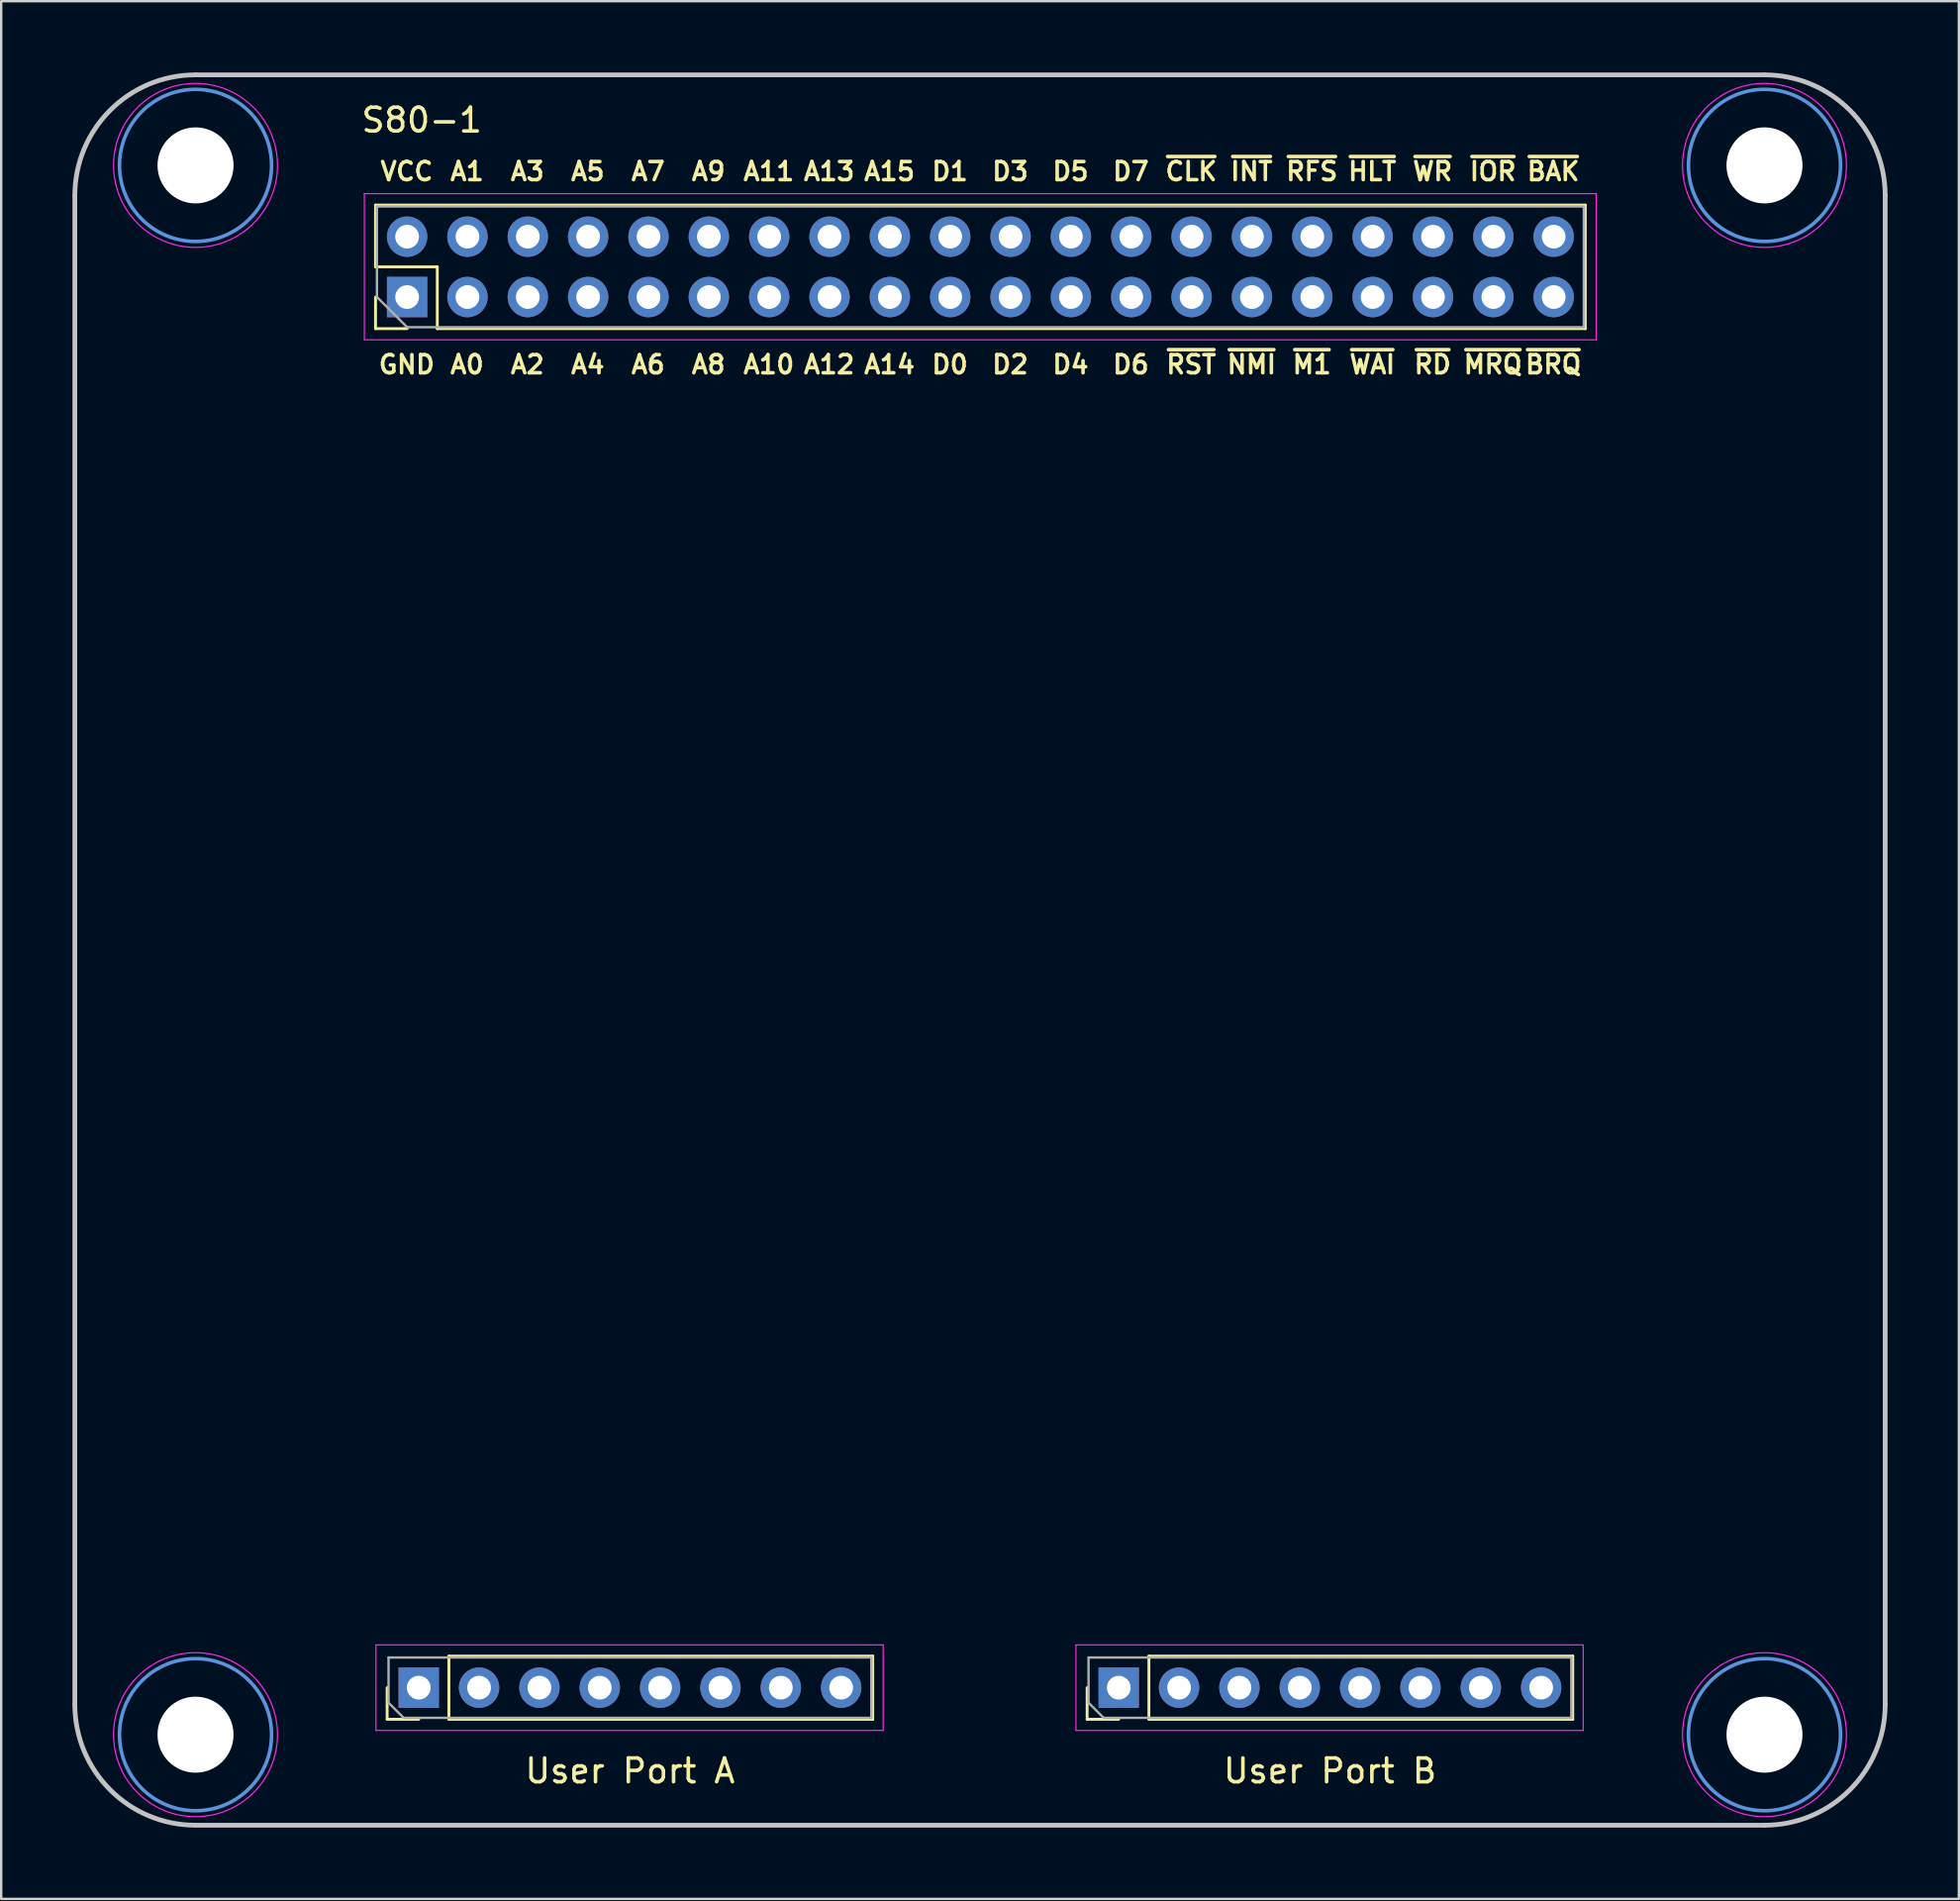
<source format=kicad_pcb>
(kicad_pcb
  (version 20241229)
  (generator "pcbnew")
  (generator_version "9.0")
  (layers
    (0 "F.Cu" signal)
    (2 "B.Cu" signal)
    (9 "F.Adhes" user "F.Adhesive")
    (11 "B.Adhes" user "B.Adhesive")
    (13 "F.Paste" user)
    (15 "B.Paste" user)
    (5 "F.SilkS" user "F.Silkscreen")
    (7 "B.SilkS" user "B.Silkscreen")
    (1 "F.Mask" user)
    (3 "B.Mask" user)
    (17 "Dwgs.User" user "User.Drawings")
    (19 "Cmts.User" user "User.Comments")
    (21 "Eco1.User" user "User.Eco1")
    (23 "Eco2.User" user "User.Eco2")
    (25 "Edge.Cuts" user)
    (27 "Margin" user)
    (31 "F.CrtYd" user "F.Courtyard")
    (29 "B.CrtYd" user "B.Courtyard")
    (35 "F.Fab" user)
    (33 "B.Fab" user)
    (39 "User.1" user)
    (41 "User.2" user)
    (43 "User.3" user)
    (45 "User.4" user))
  (footprint "S80-1"
    (layer "F.Cu")
    (at 38.2 36.93)
    (property "Reference" "S80-1" (at -23.495 -34.925 0) (layer "F.SilkS") (effects (font (size 1 1) (thickness 0.15))))
    (attr through_hole)
    (fp_line (start -25.444 -31.35) (end 25.476 -31.35) (stroke (width 0.12) (type solid)) (layer "F.SilkS"))
    (fp_line (start -25.444 -28.75) (end -25.444 -31.35) (stroke (width 0.12) (type solid)) (layer "F.SilkS"))
    (fp_line (start -25.444 -26.15) (end -25.444 -27.48) (stroke (width 0.12) (type solid)) (layer "F.SilkS"))
    (fp_line (start -24.955 32.372) (end -24.955 31.042) (stroke (width 0.12) (type solid)) (layer "F.SilkS"))
    (fp_line (start -24.114 -26.15) (end -25.444 -26.15) (stroke (width 0.12) (type solid)) (layer "F.SilkS"))
    (fp_line (start -23.625 32.372) (end -24.955 32.372) (stroke (width 0.12) (type solid)) (layer "F.SilkS"))
    (fp_line (start -22.844 -28.75) (end -25.444 -28.75) (stroke (width 0.12) (type solid)) (layer "F.SilkS"))
    (fp_line (start -22.844 -26.15) (end -22.844 -28.75) (stroke (width 0.12) (type solid)) (layer "F.SilkS"))
    (fp_line (start -22.844 -26.15) (end 25.476 -26.15) (stroke (width 0.12) (type solid)) (layer "F.SilkS"))
    (fp_line (start -22.355 29.712) (end -4.515 29.712) (stroke (width 0.12) (type solid)) (layer "F.SilkS"))
    (fp_line (start -22.355 32.372) (end -22.355 29.712) (stroke (width 0.12) (type solid)) (layer "F.SilkS"))
    (fp_line (start -22.355 32.372) (end -4.515 32.372) (stroke (width 0.12) (type solid)) (layer "F.SilkS"))
    (fp_line (start -4.515 32.372) (end -4.515 29.712) (stroke (width 0.12) (type solid)) (layer "F.SilkS"))
    (fp_line (start 4.509 32.372) (end 4.509 31.042) (stroke (width 0.12) (type solid)) (layer "F.SilkS"))
    (fp_line (start 5.839 32.372) (end 4.509 32.372) (stroke (width 0.12) (type solid)) (layer "F.SilkS"))
    (fp_line (start 7.109 29.712) (end 24.949 29.712) (stroke (width 0.12) (type solid)) (layer "F.SilkS"))
    (fp_line (start 7.109 32.372) (end 7.109 29.712) (stroke (width 0.12) (type solid)) (layer "F.SilkS"))
    (fp_line (start 7.109 32.372) (end 24.949 32.372) (stroke (width 0.12) (type solid)) (layer "F.SilkS"))
    (fp_line (start 24.949 32.372) (end 24.949 29.712) (stroke (width 0.12) (type solid)) (layer "F.SilkS"))
    (fp_line (start 25.476 -26.15) (end 25.476 -31.35) (stroke (width 0.12) (type solid)) (layer "F.SilkS"))
    (fp_line (start -38.1 -31.75) (end -38.1 31.75) (stroke (width 0.2) (type solid)) (layer "Dwgs.User"))
    (fp_line (start -33.02 -36.83) (end 33.02 -36.83) (stroke (width 0.2) (type solid)) (layer "Dwgs.User"))
    (fp_line (start -33.02 36.83) (end 33.02 36.83) (stroke (width 0.2) (type solid)) (layer "Dwgs.User"))
    (fp_line (start 38.1 -31.75) (end 38.1 31.75) (stroke (width 0.2) (type solid)) (layer "Dwgs.User"))
    (fp_arc (start -38.1 -31.75) (mid -36.612102 -35.342102) (end -33.02 -36.83) (stroke (width 0.2) (type solid)) (layer "Dwgs.User"))
    (fp_arc (start -33.02 36.83) (mid -36.612102 35.342102) (end -38.1 31.75) (stroke (width 0.2) (type solid)) (layer "Dwgs.User"))
    (fp_arc (start 33.02 -36.83) (mid 36.612102 -35.342102) (end 38.1 -31.75) (stroke (width 0.2) (type solid)) (layer "Dwgs.User"))
    (fp_arc (start 38.1 31.75) (mid 36.612102 35.342102) (end 33.02 36.83) (stroke (width 0.2) (type solid)) (layer "Dwgs.User"))
    (fp_circle (center -33.02 -33.02) (end -29.82 -33.02) (stroke (width 0.15) (type solid)) (fill no) (layer "Cmts.User"))
    (fp_circle (center -33.02 33.02) (end -29.82 33.02) (stroke (width 0.15) (type solid)) (fill no) (layer "Cmts.User"))
    (fp_circle (center 33.02 -33.02) (end 36.22 -33.02) (stroke (width 0.15) (type solid)) (fill no) (layer "Cmts.User"))
    (fp_circle (center 33.02 33.02) (end 36.22 33.02) (stroke (width 0.15) (type solid)) (fill no) (layer "Cmts.User"))
    (fp_line (start -25.914 -31.83) (end -25.914 -25.68) (stroke (width 0.05) (type solid)) (layer "F.CrtYd"))
    (fp_line (start -25.914 -25.68) (end 25.936 -25.68) (stroke (width 0.05) (type solid)) (layer "F.CrtYd"))
    (fp_line (start -25.425 29.242) (end -25.425 32.842) (stroke (width 0.05) (type solid)) (layer "F.CrtYd"))
    (fp_line (start -25.425 32.842) (end -4.075 32.842) (stroke (width 0.05) (type solid)) (layer "F.CrtYd"))
    (fp_line (start -4.075 29.242) (end -25.425 29.242) (stroke (width 0.05) (type solid)) (layer "F.CrtYd"))
    (fp_line (start -4.075 32.842) (end -4.075 29.242) (stroke (width 0.05) (type solid)) (layer "F.CrtYd"))
    (fp_line (start 4.039 29.242) (end 4.039 32.842) (stroke (width 0.05) (type solid)) (layer "F.CrtYd"))
    (fp_line (start 4.039 32.842) (end 25.389 32.842) (stroke (width 0.05) (type solid)) (layer "F.CrtYd"))
    (fp_line (start 25.389 29.242) (end 4.039 29.242) (stroke (width 0.05) (type solid)) (layer "F.CrtYd"))
    (fp_line (start 25.389 32.842) (end 25.389 29.242) (stroke (width 0.05) (type solid)) (layer "F.CrtYd"))
    (fp_line (start 25.936 -31.83) (end -25.914 -31.83) (stroke (width 0.05) (type solid)) (layer "F.CrtYd"))
    (fp_line (start 25.936 -25.68) (end 25.936 -31.83) (stroke (width 0.05) (type solid)) (layer "F.CrtYd"))
    (fp_circle (center -33.02 -33.02) (end -29.57 -33.02) (stroke (width 0.05) (type solid)) (fill no) (layer "F.CrtYd"))
    (fp_circle (center -33.02 33.02) (end -29.57 33.02) (stroke (width 0.05) (type solid)) (fill no) (layer "F.CrtYd"))
    (fp_circle (center 33.02 -33.02) (end 36.47 -33.02) (stroke (width 0.05) (type solid)) (fill no) (layer "F.CrtYd"))
    (fp_circle (center 33.02 33.02) (end 36.47 33.02) (stroke (width 0.05) (type solid)) (fill no) (layer "F.CrtYd"))
    (fp_line (start -25.384 -31.29) (end 25.416 -31.29) (stroke (width 0.1) (type solid)) (layer "F.Fab"))
    (fp_line (start -25.384 -27.48) (end -25.384 -31.29) (stroke (width 0.1) (type solid)) (layer "F.Fab"))
    (fp_line (start -24.895 29.772) (end -4.575 29.772) (stroke (width 0.1) (type solid)) (layer "F.Fab"))
    (fp_line (start -24.895 31.677) (end -24.895 29.772) (stroke (width 0.1) (type solid)) (layer "F.Fab"))
    (fp_line (start -24.26 32.312) (end -24.895 31.677) (stroke (width 0.1) (type solid)) (layer "F.Fab"))
    (fp_line (start -24.114 -26.21) (end -25.384 -27.48) (stroke (width 0.1) (type solid)) (layer "F.Fab"))
    (fp_line (start -4.575 29.772) (end -4.575 32.312) (stroke (width 0.1) (type solid)) (layer "F.Fab"))
    (fp_line (start -4.575 32.312) (end -24.26 32.312) (stroke (width 0.1) (type solid)) (layer "F.Fab"))
    (fp_line (start 4.569 29.772) (end 24.889 29.772) (stroke (width 0.1) (type solid)) (layer "F.Fab"))
    (fp_line (start 4.569 31.677) (end 4.569 29.772) (stroke (width 0.1) (type solid)) (layer "F.Fab"))
    (fp_line (start 5.204 32.312) (end 4.569 31.677) (stroke (width 0.1) (type solid)) (layer "F.Fab"))
    (fp_line (start 24.889 29.772) (end 24.889 32.312) (stroke (width 0.1) (type solid)) (layer "F.Fab"))
    (fp_line (start 24.889 32.312) (end 5.204 32.312) (stroke (width 0.1) (type solid)) (layer "F.Fab"))
    (fp_line (start 25.416 -31.29) (end 25.416 -26.21) (stroke (width 0.1) (type solid)) (layer "F.Fab"))
    (fp_line (start 25.416 -26.21) (end -24.114 -26.21) (stroke (width 0.1) (type solid)) (layer "F.Fab"))
    (fp_text user "~{NMI}" (at 11.43 -24.638 0) (layer "F.SilkS") (effects (font (size 0.762 0.762) (thickness 0.15))))
    (fp_text user "~{RFS}" (at 13.97 -32.766 0) (layer "F.SilkS") (effects (font (size 0.762 0.762) (thickness 0.15))))
    (fp_text user "A10" (at -8.89 -24.638 0) (layer "F.SilkS") (effects (font (size 0.762 0.762) (thickness 0.15))))
    (fp_text user "D7" (at 6.35 -32.766 0) (layer "F.SilkS") (effects (font (size 0.762 0.762) (thickness 0.15))))
    (fp_text user "A14" (at -3.81 -24.638 0) (layer "F.SilkS") (effects (font (size 0.762 0.762) (thickness 0.15))))
    (fp_text user "~{RST}" (at 8.89 -24.638 0) (layer "F.SilkS") (effects (font (size 0.762 0.762) (thickness 0.15))))
    (fp_text user "A5" (at -16.51 -32.766 0) (layer "F.SilkS") (effects (font (size 0.762 0.762) (thickness 0.15))))
    (fp_text user "D2" (at 1.27 -24.638 0) (layer "F.SilkS") (effects (font (size 0.762 0.762) (thickness 0.15))))
    (fp_text user "A8" (at -11.43 -24.638 0) (layer "F.SilkS") (effects (font (size 0.762 0.762) (thickness 0.15))))
    (fp_text user "A2" (at -19.05 -24.638 0) (layer "F.SilkS") (effects (font (size 0.762 0.762) (thickness 0.15))))
    (fp_text user "A15" (at -3.81 -32.766 0) (layer "F.SilkS") (effects (font (size 0.762 0.762) (thickness 0.15))))
    (fp_text user "A4" (at -16.51 -24.638 0) (layer "F.SilkS") (effects (font (size 0.762 0.762) (thickness 0.15))))
    (fp_text user "~{MRQ}" (at 21.59 -24.638 0) (layer "F.SilkS") (effects (font (size 0.762 0.762) (thickness 0.15))))
    (fp_text user "A7" (at -13.97 -32.766 0) (layer "F.SilkS") (effects (font (size 0.762 0.762) (thickness 0.15))))
    (fp_text user "User Port A" (at -14.732 34.544 0) (layer "F.SilkS") (effects (font (size 1 1) (thickness 0.15))))
    (fp_text user "A6" (at -13.97 -24.638 0) (layer "F.SilkS") (effects (font (size 0.762 0.762) (thickness 0.15))))
    (fp_text user "D5" (at 3.81 -32.766 0) (layer "F.SilkS") (effects (font (size 0.762 0.762) (thickness 0.15))))
    (fp_text user "~{WAI}" (at 16.51 -24.638 0) (layer "F.SilkS") (effects (font (size 0.762 0.762) (thickness 0.15))))
    (fp_text user "A3" (at -19.05 -32.766 0) (layer "F.SilkS") (effects (font (size 0.762 0.762) (thickness 0.15))))
    (fp_text user "A12" (at -6.35 -24.638 0) (layer "F.SilkS") (effects (font (size 0.762 0.762) (thickness 0.15))))
    (fp_text user "~{M1}" (at 13.97 -24.638 0) (layer "F.SilkS") (effects (font (size 0.762 0.762) (thickness 0.15))))
    (fp_text user "~{INT}" (at 11.43 -32.766 0) (layer "F.SilkS") (effects (font (size 0.762 0.762) (thickness 0.15))))
    (fp_text user "~{WR}" (at 19.05 -32.766 0) (layer "F.SilkS") (effects (font (size 0.762 0.762) (thickness 0.15))))
    (fp_text user "~{RD}" (at 19.05 -24.638 0) (layer "F.SilkS") (effects (font (size 0.762 0.762) (thickness 0.15))))
    (fp_text user "A9" (at -11.43 -32.766 0) (layer "F.SilkS") (effects (font (size 0.762 0.762) (thickness 0.15))))
    (fp_text user "D1" (at -1.27 -32.766 0) (layer "F.SilkS") (effects (font (size 0.762 0.762) (thickness 0.15))))
    (fp_text user "~{IOR}" (at 21.59 -32.766 0) (layer "F.SilkS") (effects (font (size 0.762 0.762) (thickness 0.15))))
    (fp_text user "D0" (at -1.27 -24.638 0) (layer "F.SilkS") (effects (font (size 0.762 0.762) (thickness 0.15))))
    (fp_text user "~{BAK}" (at 24.13 -32.766 0) (layer "F.SilkS") (effects (font (size 0.762 0.762) (thickness 0.15))))
    (fp_text user "D3" (at 1.27 -32.766 0) (layer "F.SilkS") (effects (font (size 0.762 0.762) (thickness 0.15))))
    (fp_text user "A0" (at -21.59 -24.638 0) (layer "F.SilkS") (effects (font (size 0.762 0.762) (thickness 0.15))))
    (fp_text user "D6" (at 6.35 -24.638 0) (layer "F.SilkS") (effects (font (size 0.762 0.762) (thickness 0.15))))
    (fp_text user "D4" (at 3.81 -24.638 0) (layer "F.SilkS") (effects (font (size 0.762 0.762) (thickness 0.15))))
    (fp_text user "~{HLT}" (at 16.51 -32.766 0) (layer "F.SilkS") (effects (font (size 0.762 0.762) (thickness 0.15))))
    (fp_text user "A11" (at -8.89 -32.766 0) (layer "F.SilkS") (effects (font (size 0.762 0.762) (thickness 0.15))))
    (fp_text user "~{CLK}" (at 8.89 -32.766 0) (layer "F.SilkS") (effects (font (size 0.762 0.762) (thickness 0.15))))
    (fp_text user "A13" (at -6.35 -32.766 0) (layer "F.SilkS") (effects (font (size 0.762 0.762) (thickness 0.15))))
    (fp_text user "~{BRQ}" (at 24.13 -24.638 0) (layer "F.SilkS") (effects (font (size 0.762 0.762) (thickness 0.15))))
    (fp_text user "A1" (at -21.59 -32.766 0) (layer "F.SilkS") (effects (font (size 0.762 0.762) (thickness 0.15))))
    (fp_text user "VCC" (at -24.13 -32.766 0) (layer "F.SilkS") (effects (font (size 0.762 0.762) (thickness 0.15))))
    (fp_text user "GND" (at -24.13 -24.638 0) (layer "F.SilkS") (effects (font (size 0.762 0.762) (thickness 0.15))))
    (fp_text user "User Port B" (at 14.732 34.544 0) (layer "F.SilkS") (effects (font (size 1 1) (thickness 0.15))))
    (pad "" np_thru_hole circle (at -33.02 -33.02) (size 3.2 3.2) (drill 3.2) (layers "*.Cu" "*.Mask"))
    (pad "" np_thru_hole circle (at -33.02 33.02) (size 3.2 3.2) (drill 3.2) (layers "*.Cu" "*.Mask"))
    (pad "" np_thru_hole circle (at 33.02 -33.02) (size 3.2 3.2) (drill 3.2) (layers "*.Cu" "*.Mask"))
    (pad "" np_thru_hole circle (at 33.02 33.02) (size 3.2 3.2) (drill 3.2) (layers "*.Cu" "*.Mask"))
    (pad "1" thru_hole rect (at -24.114 -27.48 90) (size 1.7 1.7) (drill 1) (layers "*.Cu" "*.Mask"))
    (pad "2" thru_hole oval (at -24.114 -30.02 90) (size 1.7 1.7) (drill 1) (layers "*.Cu" "*.Mask"))
    (pad "3" thru_hole oval (at -21.574 -27.48 90) (size 1.7 1.7) (drill 1) (layers "*.Cu" "*.Mask"))
    (pad "4" thru_hole oval (at -21.574 -30.02 90) (size 1.7 1.7) (drill 1) (layers "*.Cu" "*.Mask"))
    (pad "5" thru_hole oval (at -19.034 -27.48 90) (size 1.7 1.7) (drill 1) (layers "*.Cu" "*.Mask"))
    (pad "6" thru_hole oval (at -19.034 -30.02 90) (size 1.7 1.7) (drill 1) (layers "*.Cu" "*.Mask"))
    (pad "7" thru_hole oval (at -16.494 -27.48 90) (size 1.7 1.7) (drill 1) (layers "*.Cu" "*.Mask"))
    (pad "8" thru_hole oval (at -16.494 -30.02 90) (size 1.7 1.7) (drill 1) (layers "*.Cu" "*.Mask"))
    (pad "9" thru_hole oval (at -13.954 -27.48 90) (size 1.7 1.7) (drill 1) (layers "*.Cu" "*.Mask"))
    (pad "10" thru_hole oval (at -13.954 -30.02 90) (size 1.7 1.7) (drill 1) (layers "*.Cu" "*.Mask"))
    (pad "11" thru_hole oval (at -11.414 -27.48 90) (size 1.7 1.7) (drill 1) (layers "*.Cu" "*.Mask"))
    (pad "12" thru_hole oval (at -11.414 -30.02 90) (size 1.7 1.7) (drill 1) (layers "*.Cu" "*.Mask"))
    (pad "13" thru_hole oval (at -8.874 -27.48 90) (size 1.7 1.7) (drill 1) (layers "*.Cu" "*.Mask"))
    (pad "14" thru_hole oval (at -8.874 -30.02 90) (size 1.7 1.7) (drill 1) (layers "*.Cu" "*.Mask"))
    (pad "15" thru_hole oval (at -6.334 -27.48 90) (size 1.7 1.7) (drill 1) (layers "*.Cu" "*.Mask"))
    (pad "16" thru_hole oval (at -6.334 -30.02 90) (size 1.7 1.7) (drill 1) (layers "*.Cu" "*.Mask"))
    (pad "17" thru_hole oval (at -3.794 -27.48 90) (size 1.7 1.7) (drill 1) (layers "*.Cu" "*.Mask"))
    (pad "18" thru_hole oval (at -3.794 -30.02 90) (size 1.7 1.7) (drill 1) (layers "*.Cu" "*.Mask"))
    (pad "19" thru_hole oval (at -1.254 -27.48 90) (size 1.7 1.7) (drill 1) (layers "*.Cu" "*.Mask"))
    (pad "20" thru_hole oval (at -1.254 -30.02 90) (size 1.7 1.7) (drill 1) (layers "*.Cu" "*.Mask"))
    (pad "21" thru_hole oval (at 1.286 -27.48 90) (size 1.7 1.7) (drill 1) (layers "*.Cu" "*.Mask"))
    (pad "22" thru_hole oval (at 1.286 -30.02 90) (size 1.7 1.7) (drill 1) (layers "*.Cu" "*.Mask"))
    (pad "23" thru_hole oval (at 3.826 -27.48 90) (size 1.7 1.7) (drill 1) (layers "*.Cu" "*.Mask"))
    (pad "24" thru_hole oval (at 3.826 -30.02 90) (size 1.7 1.7) (drill 1) (layers "*.Cu" "*.Mask"))
    (pad "25" thru_hole oval (at 6.366 -27.48 90) (size 1.7 1.7) (drill 1) (layers "*.Cu" "*.Mask"))
    (pad "26" thru_hole oval (at 6.366 -30.02 90) (size 1.7 1.7) (drill 1) (layers "*.Cu" "*.Mask"))
    (pad "27" thru_hole oval (at 8.906 -27.48 90) (size 1.7 1.7) (drill 1) (layers "*.Cu" "*.Mask"))
    (pad "28" thru_hole oval (at 8.906 -30.02 90) (size 1.7 1.7) (drill 1) (layers "*.Cu" "*.Mask"))
    (pad "29" thru_hole oval (at 11.446 -27.48 90) (size 1.7 1.7) (drill 1) (layers "*.Cu" "*.Mask"))
    (pad "30" thru_hole oval (at 11.446 -30.02 90) (size 1.7 1.7) (drill 1) (layers "*.Cu" "*.Mask"))
    (pad "31" thru_hole oval (at 13.986 -27.48 90) (size 1.7 1.7) (drill 1) (layers "*.Cu" "*.Mask"))
    (pad "32" thru_hole oval (at 13.986 -30.02 90) (size 1.7 1.7) (drill 1) (layers "*.Cu" "*.Mask"))
    (pad "33" thru_hole oval (at 16.526 -27.48 90) (size 1.7 1.7) (drill 1) (layers "*.Cu" "*.Mask"))
    (pad "34" thru_hole oval (at 16.526 -30.02 90) (size 1.7 1.7) (drill 1) (layers "*.Cu" "*.Mask"))
    (pad "35" thru_hole oval (at 19.066 -27.48 90) (size 1.7 1.7) (drill 1) (layers "*.Cu" "*.Mask"))
    (pad "36" thru_hole oval (at 19.066 -30.02 90) (size 1.7 1.7) (drill 1) (layers "*.Cu" "*.Mask"))
    (pad "37" thru_hole oval (at 21.606 -27.48 90) (size 1.7 1.7) (drill 1) (layers "*.Cu" "*.Mask"))
    (pad "38" thru_hole oval (at 21.606 -30.02 90) (size 1.7 1.7) (drill 1) (layers "*.Cu" "*.Mask"))
    (pad "39" thru_hole oval (at 24.146 -27.48 90) (size 1.7 1.7) (drill 1) (layers "*.Cu" "*.Mask"))
    (pad "40" thru_hole oval (at 24.146 -30.02 90) (size 1.7 1.7) (drill 1) (layers "*.Cu" "*.Mask"))
    (pad "41" thru_hole rect (at -23.625 31.042 90) (size 1.7 1.7) (drill 1) (layers "*.Cu" "*.Mask"))
    (pad "42" thru_hole oval (at -21.085 31.042 90) (size 1.7 1.7) (drill 1) (layers "*.Cu" "*.Mask"))
    (pad "43" thru_hole oval (at -18.545 31.042 90) (size 1.7 1.7) (drill 1) (layers "*.Cu" "*.Mask"))
    (pad "44" thru_hole oval (at -16.005 31.042 90) (size 1.7 1.7) (drill 1) (layers "*.Cu" "*.Mask"))
    (pad "45" thru_hole oval (at -13.465 31.042 90) (size 1.7 1.7) (drill 1) (layers "*.Cu" "*.Mask"))
    (pad "46" thru_hole oval (at -10.925 31.042 90) (size 1.7 1.7) (drill 1) (layers "*.Cu" "*.Mask"))
    (pad "47" thru_hole oval (at -8.385 31.042 90) (size 1.7 1.7) (drill 1) (layers "*.Cu" "*.Mask"))
    (pad "48" thru_hole oval (at -5.845 31.042 90) (size 1.7 1.7) (drill 1) (layers "*.Cu" "*.Mask"))
    (pad "49" thru_hole rect (at 5.839 31.042 90) (size 1.7 1.7) (drill 1) (layers "*.Cu" "*.Mask"))
    (pad "50" thru_hole oval (at 8.379 31.042 90) (size 1.7 1.7) (drill 1) (layers "*.Cu" "*.Mask"))
    (pad "51" thru_hole oval (at 10.919 31.042 90) (size 1.7 1.7) (drill 1) (layers "*.Cu" "*.Mask"))
    (pad "52" thru_hole oval (at 13.459 31.042 90) (size 1.7 1.7) (drill 1) (layers "*.Cu" "*.Mask"))
    (pad "53" thru_hole oval (at 15.999 31.042 90) (size 1.7 1.7) (drill 1) (layers "*.Cu" "*.Mask"))
    (pad "54" thru_hole oval (at 18.539 31.042 90) (size 1.7 1.7) (drill 1) (layers "*.Cu" "*.Mask"))
    (pad "55" thru_hole oval (at 21.079 31.042 90) (size 1.7 1.7) (drill 1) (layers "*.Cu" "*.Mask"))
    (pad "56" thru_hole oval (at 23.619 31.042 90) (size 1.7 1.7) (drill 1) (layers "*.Cu" "*.Mask")))
  (gr_rect
    (start -3 -3)
    (end 79.4 76.86)
    (stroke (width 0.1) (type default))
    (fill no)
    (layer "Edge.Cuts")))
</source>
